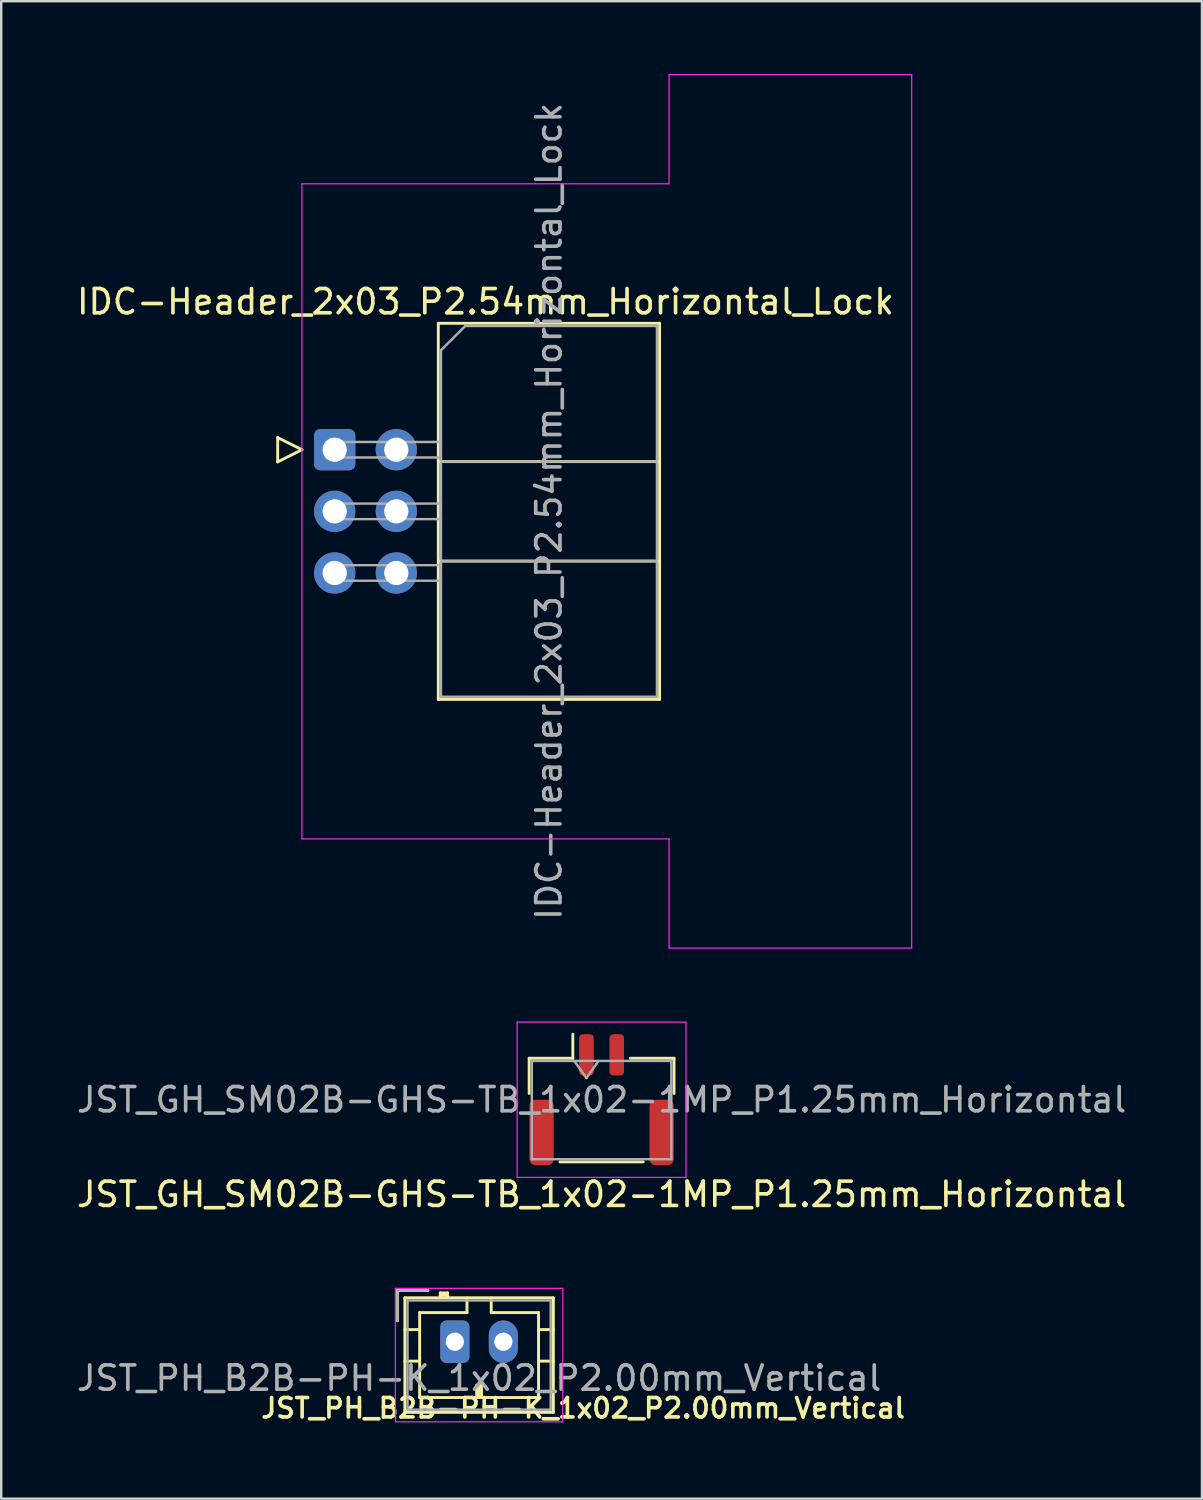
<source format=kicad_pcb>
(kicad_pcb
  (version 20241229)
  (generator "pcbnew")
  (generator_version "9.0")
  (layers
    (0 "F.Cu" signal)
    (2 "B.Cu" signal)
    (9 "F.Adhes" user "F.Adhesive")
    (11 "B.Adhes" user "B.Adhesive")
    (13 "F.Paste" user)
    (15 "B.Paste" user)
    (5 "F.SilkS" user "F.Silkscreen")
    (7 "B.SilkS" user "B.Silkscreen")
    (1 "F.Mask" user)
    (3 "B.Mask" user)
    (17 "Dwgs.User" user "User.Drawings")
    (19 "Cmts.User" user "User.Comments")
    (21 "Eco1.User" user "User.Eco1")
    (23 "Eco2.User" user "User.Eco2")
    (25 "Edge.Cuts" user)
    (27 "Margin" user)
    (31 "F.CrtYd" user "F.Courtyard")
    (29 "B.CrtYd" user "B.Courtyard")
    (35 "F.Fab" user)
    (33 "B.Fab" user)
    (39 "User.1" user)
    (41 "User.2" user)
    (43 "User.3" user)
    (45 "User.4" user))
  (footprint "IDC-Header_2x03_P2.54mm_Horizontal_Lock"
    (layer "F.Cu")
    (at 10.769 15.47)
    (property "Reference" "IDC-Header_2x03_P2.54mm_Horizontal_Lock" (at 6.19 -6.085 0) (layer "F.SilkS") (effects (font (size 1 1) (thickness 0.15))))
    (attr through_hole)
    (fp_line (start -2.375 -0.485) (end -2.375 0.515) (stroke (width 0.12) (type solid)) (layer "F.SilkS"))
    (fp_line (start -2.375 0.515) (end -1.375 0.015) (stroke (width 0.12) (type solid)) (layer "F.SilkS"))
    (fp_line (start -1.375 0.015) (end -2.375 -0.485) (stroke (width 0.12) (type solid)) (layer "F.SilkS"))
    (fp_line (start 4.245 -5.195) (end 13.365 -5.195) (stroke (width 0.12) (type solid)) (layer "F.SilkS"))
    (fp_line (start 4.245 0.505) (end 13.365 0.505) (stroke (width 0.12) (type solid)) (layer "F.SilkS"))
    (fp_line (start 4.245 4.605) (end 13.365 4.605) (stroke (width 0.12) (type solid)) (layer "F.SilkS"))
    (fp_line (start 4.245 10.305) (end 4.245 -5.195) (stroke (width 0.12) (type solid)) (layer "F.SilkS"))
    (fp_line (start 13.365 -5.195) (end 13.365 10.305) (stroke (width 0.12) (type solid)) (layer "F.SilkS"))
    (fp_line (start 13.365 10.305) (end 4.245 10.305) (stroke (width 0.12) (type solid)) (layer "F.SilkS"))
    (fp_line (start -1.375 -10.945) (end -1.375 16.055) (stroke (width 0.05) (type solid)) (layer "F.CrtYd"))
    (fp_line (start -1.375 16.055) (end 13.755 16.055) (stroke (width 0.05) (type solid)) (layer "F.CrtYd"))
    (fp_line (start 13.755 -15.445) (end 13.755 -10.945) (stroke (width 0.05) (type solid)) (layer "F.CrtYd"))
    (fp_line (start 13.755 -15.445) (end 23.755 -15.445) (stroke (width 0.05) (type solid)) (layer "F.CrtYd"))
    (fp_line (start 13.755 -10.945) (end -1.375 -10.945) (stroke (width 0.05) (type solid)) (layer "F.CrtYd"))
    (fp_line (start 13.755 16.055) (end 13.755 20.555) (stroke (width 0.05) (type solid)) (layer "F.CrtYd"))
    (fp_line (start 13.755 20.555) (end 23.755 20.555) (stroke (width 0.05) (type solid)) (layer "F.CrtYd"))
    (fp_line (start 23.755 -15.445) (end 23.755 20.555) (stroke (width 0.05) (type solid)) (layer "F.CrtYd"))
    (fp_line (start -0.345 -0.305) (end -0.345 0.335) (stroke (width 0.1) (type solid)) (layer "F.Fab"))
    (fp_line (start -0.345 0.335) (end 4.355 0.335) (stroke (width 0.1) (type solid)) (layer "F.Fab"))
    (fp_line (start -0.345 2.235) (end -0.345 2.875) (stroke (width 0.1) (type solid)) (layer "F.Fab"))
    (fp_line (start -0.345 2.875) (end 4.355 2.875) (stroke (width 0.1) (type solid)) (layer "F.Fab"))
    (fp_line (start -0.345 4.775) (end -0.345 5.415) (stroke (width 0.1) (type solid)) (layer "F.Fab"))
    (fp_line (start -0.345 5.415) (end 4.355 5.415) (stroke (width 0.1) (type solid)) (layer "F.Fab"))
    (fp_line (start 4.355 -4.085) (end 5.355 -5.085) (stroke (width 0.1) (type solid)) (layer "F.Fab"))
    (fp_line (start 4.355 -0.305) (end -0.345 -0.305) (stroke (width 0.1) (type solid)) (layer "F.Fab"))
    (fp_line (start 4.355 0.505) (end 13.255 0.505) (stroke (width 0.1) (type solid)) (layer "F.Fab"))
    (fp_line (start 4.355 2.235) (end -0.345 2.235) (stroke (width 0.1) (type solid)) (layer "F.Fab"))
    (fp_line (start 4.355 4.605) (end 13.255 4.605) (stroke (width 0.1) (type solid)) (layer "F.Fab"))
    (fp_line (start 4.355 4.775) (end -0.345 4.775) (stroke (width 0.1) (type solid)) (layer "F.Fab"))
    (fp_line (start 4.355 10.195) (end 4.355 -4.085) (stroke (width 0.1) (type solid)) (layer "F.Fab"))
    (fp_line (start 5.355 -5.085) (end 13.255 -5.085) (stroke (width 0.1) (type solid)) (layer "F.Fab"))
    (fp_line (start 13.255 -5.085) (end 13.255 10.195) (stroke (width 0.1) (type solid)) (layer "F.Fab"))
    (fp_line (start 13.255 10.195) (end 4.355 10.195) (stroke (width 0.1) (type solid)) (layer "F.Fab"))
    (fp_text user "${REFERENCE}" (at 8.805 2.555 270) (layer "F.Fab") (effects (font (size 1 1) (thickness 0.15))))
    (pad "1" thru_hole roundrect (at -0.025 0.015) (size 1.7 1.7) (drill 1) (layers "*.Cu" "*.Mask") (roundrect_rratio 0.147))
    (pad "2" thru_hole circle (at 2.515 0.015) (size 1.7 1.7) (drill 1) (layers "*.Cu" "*.Mask"))
    (pad "3" thru_hole circle (at -0.025 2.555) (size 1.7 1.7) (drill 1) (layers "*.Cu" "*.Mask"))
    (pad "4" thru_hole circle (at 2.515 2.555) (size 1.7 1.7) (drill 1) (layers "*.Cu" "*.Mask"))
    (pad "5" thru_hole circle (at -0.025 5.095) (size 1.7 1.7) (drill 1) (layers "*.Cu" "*.Mask"))
    (pad "6" thru_hole circle (at 2.515 5.095) (size 1.7 1.7) (drill 1) (layers "*.Cu" "*.Mask")))
  (footprint "JST_GH_SM02B-GHS-TB_1x02-1MP_P1.25mm_Horizontal"
    (layer "F.Cu")
    (at 21.744 42.275)
    (property "Reference" "JST_GH_SM02B-GHS-TB_1x02-1MP_P1.25mm_Horizontal" (at 0 3.9 0) (layer "F.SilkS") (effects (font (size 1 1) (thickness 0.15))))
    (attr smd)
    (fp_line (start -2.985 -1.71) (end -1.185 -1.71) (stroke (width 0.12) (type solid)) (layer "F.SilkS"))
    (fp_line (start -2.985 -0.26) (end -2.985 -1.71) (stroke (width 0.12) (type solid)) (layer "F.SilkS"))
    (fp_line (start -1.715 2.56) (end 1.715 2.56) (stroke (width 0.12) (type solid)) (layer "F.SilkS"))
    (fp_line (start -1.185 -1.71) (end -1.185 -2.7) (stroke (width 0.12) (type solid)) (layer "F.SilkS"))
    (fp_line (start 2.985 -1.71) (end 1.185 -1.71) (stroke (width 0.12) (type solid)) (layer "F.SilkS"))
    (fp_line (start 2.985 -0.26) (end 2.985 -1.71) (stroke (width 0.12) (type solid)) (layer "F.SilkS"))
    (fp_line (start -3.48 -3.2) (end -3.48 3.2) (stroke (width 0.05) (type solid)) (layer "F.CrtYd"))
    (fp_line (start -3.48 3.2) (end 3.48 3.2) (stroke (width 0.05) (type solid)) (layer "F.CrtYd"))
    (fp_line (start 3.48 -3.2) (end -3.48 -3.2) (stroke (width 0.05) (type solid)) (layer "F.CrtYd"))
    (fp_line (start 3.48 3.2) (end 3.48 -3.2) (stroke (width 0.05) (type solid)) (layer "F.CrtYd"))
    (fp_line (start -2.875 -1.6) (end -2.875 2.45) (stroke (width 0.1) (type solid)) (layer "F.Fab"))
    (fp_line (start -2.875 -1.6) (end 2.875 -1.6) (stroke (width 0.1) (type solid)) (layer "F.Fab"))
    (fp_line (start -2.875 2.45) (end 2.875 2.45) (stroke (width 0.1) (type solid)) (layer "F.Fab"))
    (fp_line (start -1.125 -1.6) (end -0.625 -0.893) (stroke (width 0.1) (type solid)) (layer "F.Fab"))
    (fp_line (start -0.625 -0.893) (end -0.125 -1.6) (stroke (width 0.1) (type solid)) (layer "F.Fab"))
    (fp_line (start 2.875 -1.6) (end 2.875 2.45) (stroke (width 0.1) (type solid)) (layer "F.Fab"))
    (fp_text user "${REFERENCE}" (at 0 0 0) (layer "F.Fab") (effects (font (size 1 1) (thickness 0.15))))
    (pad "1" smd roundrect (at -0.625 -1.85) (size 0.6 1.7) (layers "F.Cu" "F.Mask" "F.Paste") (roundrect_rratio 0.25))
    (pad "2" smd roundrect (at 0.625 -1.85) (size 0.6 1.7) (layers "F.Cu" "F.Mask" "F.Paste") (roundrect_rratio 0.25))
    (pad "MP" smd roundrect (at -2.475 1.35) (size 1 2.7) (layers "F.Cu" "F.Mask" "F.Paste") (roundrect_rratio 0.25))
    (pad "MP" smd roundrect (at 2.475 1.35) (size 1 2.7) (layers "F.Cu" "F.Mask" "F.Paste") (roundrect_rratio 0.25)))
  (footprint "JST_PH_B2B-PH-K_1x02_P2.00mm_Vertical"
    (layer "F.Cu")
    (at 15.696 52.248)
    (property "Reference" "JST_PH_B2B-PH-K_1x02_P2.00mm_Vertical" (at 5.287 2.737 180) (layer "F.SilkS") (effects (font (size 0.8 0.8) (thickness 0.15))))
    (attr through_hole)
    (fp_line (start -2.36 -2.11) (end -2.36 -0.86) (stroke (width 0.12) (type solid)) (layer "F.SilkS"))
    (fp_line (start -2.06 -1.81) (end -2.06 2.91) (stroke (width 0.12) (type solid)) (layer "F.SilkS"))
    (fp_line (start -2.06 -0.5) (end -1.45 -0.5) (stroke (width 0.12) (type solid)) (layer "F.SilkS"))
    (fp_line (start -2.06 0.8) (end -1.45 0.8) (stroke (width 0.12) (type solid)) (layer "F.SilkS"))
    (fp_line (start -2.06 2.91) (end 4.06 2.91) (stroke (width 0.12) (type solid)) (layer "F.SilkS"))
    (fp_line (start -1.45 -1.2) (end -1.45 2.3) (stroke (width 0.12) (type solid)) (layer "F.SilkS"))
    (fp_line (start -1.45 2.3) (end 3.45 2.3) (stroke (width 0.12) (type solid)) (layer "F.SilkS"))
    (fp_line (start -1.11 -2.11) (end -2.36 -2.11) (stroke (width 0.12) (type solid)) (layer "F.SilkS"))
    (fp_line (start -0.6 -2.01) (end -0.6 -1.81) (stroke (width 0.12) (type solid)) (layer "F.SilkS"))
    (fp_line (start -0.3 -2.01) (end -0.6 -2.01) (stroke (width 0.12) (type solid)) (layer "F.SilkS"))
    (fp_line (start -0.3 -1.91) (end -0.6 -1.91) (stroke (width 0.12) (type solid)) (layer "F.SilkS"))
    (fp_line (start -0.3 -1.81) (end -0.3 -2.01) (stroke (width 0.12) (type solid)) (layer "F.SilkS"))
    (fp_line (start 0.5 -1.81) (end 0.5 -1.2) (stroke (width 0.12) (type solid)) (layer "F.SilkS"))
    (fp_line (start 0.5 -1.2) (end -1.45 -1.2) (stroke (width 0.12) (type solid)) (layer "F.SilkS"))
    (fp_line (start 0.9 1.8) (end 1.1 1.8) (stroke (width 0.12) (type solid)) (layer "F.SilkS"))
    (fp_line (start 0.9 2.3) (end 0.9 1.8) (stroke (width 0.12) (type solid)) (layer "F.SilkS"))
    (fp_line (start 1 2.3) (end 1 1.8) (stroke (width 0.12) (type solid)) (layer "F.SilkS"))
    (fp_line (start 1.1 1.8) (end 1.1 2.3) (stroke (width 0.12) (type solid)) (layer "F.SilkS"))
    (fp_line (start 1.5 -1.2) (end 1.5 -1.81) (stroke (width 0.12) (type solid)) (layer "F.SilkS"))
    (fp_line (start 3.45 -1.2) (end 1.5 -1.2) (stroke (width 0.12) (type solid)) (layer "F.SilkS"))
    (fp_line (start 3.45 2.3) (end 3.45 -1.2) (stroke (width 0.12) (type solid)) (layer "F.SilkS"))
    (fp_line (start 4.06 -1.81) (end -2.06 -1.81) (stroke (width 0.12) (type solid)) (layer "F.SilkS"))
    (fp_line (start 4.06 -0.5) (end 3.45 -0.5) (stroke (width 0.12) (type solid)) (layer "F.SilkS"))
    (fp_line (start 4.06 0.8) (end 3.45 0.8) (stroke (width 0.12) (type solid)) (layer "F.SilkS"))
    (fp_line (start 4.06 2.91) (end 4.06 -1.81) (stroke (width 0.12) (type solid)) (layer "F.SilkS"))
    (fp_line (start -2.45 -2.2) (end -2.45 3.3) (stroke (width 0.05) (type solid)) (layer "F.CrtYd"))
    (fp_line (start -2.45 3.3) (end 4.45 3.3) (stroke (width 0.05) (type solid)) (layer "F.CrtYd"))
    (fp_line (start 4.45 -2.2) (end -2.45 -2.2) (stroke (width 0.05) (type solid)) (layer "F.CrtYd"))
    (fp_line (start 4.45 3.3) (end 4.45 -2.2) (stroke (width 0.05) (type solid)) (layer "F.CrtYd"))
    (fp_line (start -2.36 -2.11) (end -2.36 -0.86) (stroke (width 0.1) (type solid)) (layer "F.Fab"))
    (fp_line (start -1.95 -1.7) (end -1.95 2.8) (stroke (width 0.1) (type solid)) (layer "F.Fab"))
    (fp_line (start -1.95 2.8) (end 3.95 2.8) (stroke (width 0.1) (type solid)) (layer "F.Fab"))
    (fp_line (start -1.11 -2.11) (end -2.36 -2.11) (stroke (width 0.1) (type solid)) (layer "F.Fab"))
    (fp_line (start 3.95 -1.7) (end -1.95 -1.7) (stroke (width 0.1) (type solid)) (layer "F.Fab"))
    (fp_line (start 3.95 2.8) (end 3.95 -1.7) (stroke (width 0.1) (type solid)) (layer "F.Fab"))
    (fp_text user "${REFERENCE}" (at 1 1.5 180) (layer "F.Fab") (effects (font (size 1 1) (thickness 0.15))))
    (pad "1" thru_hole roundrect (at 0 0) (size 1.2 1.75) (drill 0.75) (layers "*.Cu" "*.Mask") (roundrect_rratio 0.208))
    (pad "2" thru_hole oval (at 2 0) (size 1.2 1.75) (drill 0.75) (layers "*.Cu" "*.Mask")))
  (gr_rect
    (start -3 -3)
    (end 46.488 58.717)
    (stroke (width 0.1) (type default))
    (fill no)
    (layer "Edge.Cuts")))
</source>
